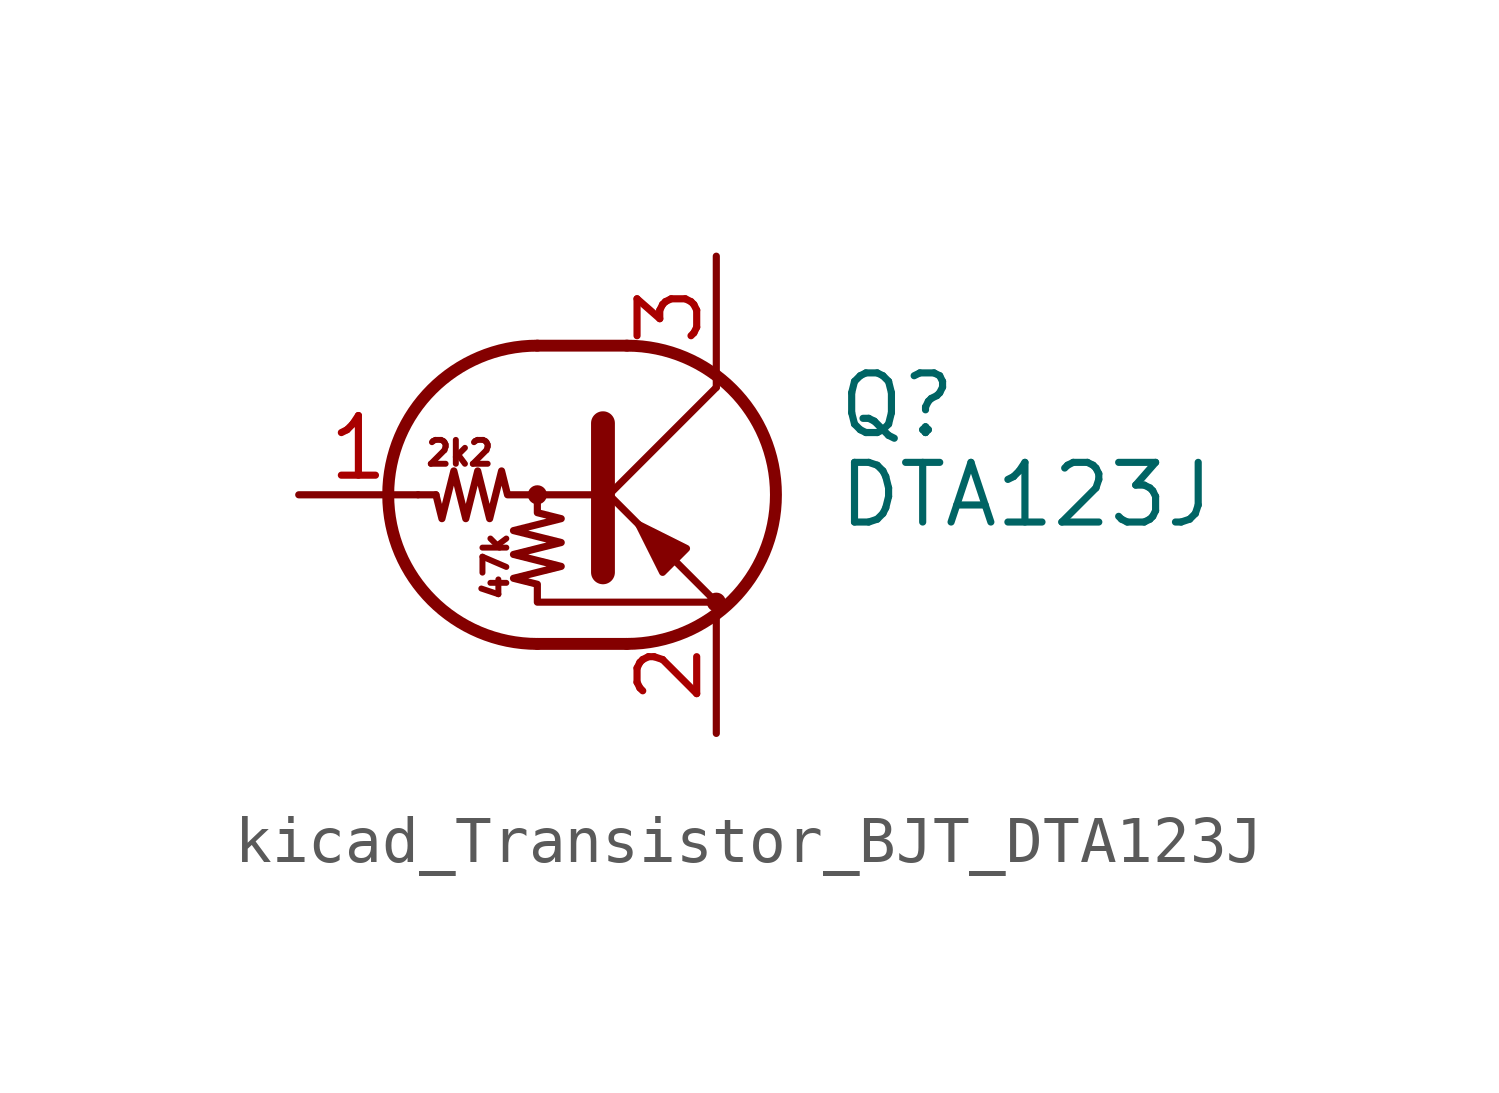
<source format=kicad_sym>
(kicad_symbol_lib
  (version 20220914)
  (generator kicad_symbol_editor)
  (symbol "kicad_Transistor_BJT_DTA123J"
    (pin_names
      (offset 0) hide)
    (property "Reference" "Q"
      (at 5.08 1.905 0)
      (effects (font (size 1.27 1.27)) (justify left)))
    (property "Value" "DTA123J"
      (at 5.08 0 0)
      (effects (font (size 1.27 1.27)) (justify left)))
    (symbol "kicad_Transistor_BJT_DTA123J_0_0"
      (text "2k2" (at -2.921 0.889 0) (effects (font (size 0.508 0.508))))
      (text "47k" (at -2.159 -1.524 900) (effects (font (size 0.508 0.508)))))
    (symbol "kicad_Transistor_BJT_DTA123J_0_1"
      (circle (center -1.27 0) (radius 0.127) (stroke (width 0) (type default)) (fill (type none)))
      (arc (start -1.27 3.175) (mid -4.4312 0) (end -1.27 -3.175) (stroke (width 0.254) (type default)) (fill (type none)))
      (polyline (pts (xy -3.429 0) (xy -3.81 0)) (stroke (width 0) (type default)) (fill (type none)))
      (polyline (pts (xy -1.27 -3.175) (xy 0.635 -3.175)) (stroke (width 0.254) (type default)) (fill (type none)))
      (polyline (pts (xy -1.27 3.175) (xy 0.635 3.175)) (stroke (width 0.254) (type default)) (fill (type none)))
      (polyline (pts (xy 0 -0.254) (xy 2.54 2.286)) (stroke (width 0) (type default)) (fill (type none)))
      (polyline (pts (xy 0.127 1.524) (xy 0.127 -1.651)) (stroke (width 0.508) (type default)) (fill (type outline)))
      (polyline (pts (xy 2.54 2.286) (xy 2.54 2.54)) (stroke (width 0) (type default)) (fill (type none)))
      (polyline (pts (xy 2.54 -2.286) (xy 0 0.254) (xy 0 0.254)) (stroke (width 0) (type default)) (fill (type none)))
      (polyline (pts (xy 1.397 -1.651) (xy 1.905 -1.143) (xy 0.889 -0.635) (xy 1.397 -1.651)) (stroke (width 0) (type default)) (fill (type outline)))
      (polyline (pts (xy 0 0) (xy -1.905 0) (xy -2.032 0.508) (xy -2.286 -0.508) (xy -2.54 0.508) (xy -2.794 -0.508) (xy -3.048 0.508) (xy -3.302 -0.508) (xy -3.429 0)) (stroke (width 0) (type default)) (fill (type none)))
      (polyline (pts (xy -1.27 0) (xy -1.27 -0.381) (xy -0.762 -0.508) (xy -1.778 -0.762) (xy -0.762 -1.016) (xy -1.778 -1.27) (xy -0.762 -1.524) (xy -1.778 -1.778) (xy -1.27 -1.905) (xy -1.27 -2.286) (xy 2.54 -2.286)) (stroke (width 0) (type default)) (fill (type none)))
      (arc (start 0.635 -3.175) (mid 3.7962 0) (end 0.635 3.175) (stroke (width 0.254) (type default)) (fill (type none)))
      (circle (center 2.54 -2.286) (radius 0.127) (stroke (width 0) (type default)) (fill (type none))))
    (symbol "kicad_Transistor_BJT_DTA123J_1_1"
      (pin input line (at -6.35 0 0) (length 2.54) (name "B" (effects (font (size 1.27 1.27)))) (number "1" (effects (font (size 1.27 1.27)))))
      (pin passive line (at 2.54 -5.08 90) (length 2.54) (name "E" (effects (font (size 1.27 1.27)))) (number "2" (effects (font (size 1.27 1.27)))))
      (pin passive line (at 2.54 5.08 270) (length 2.54) (name "C" (effects (font (size 1.27 1.27)))) (number "3" (effects (font (size 1.27 1.27))))))))
</source>
